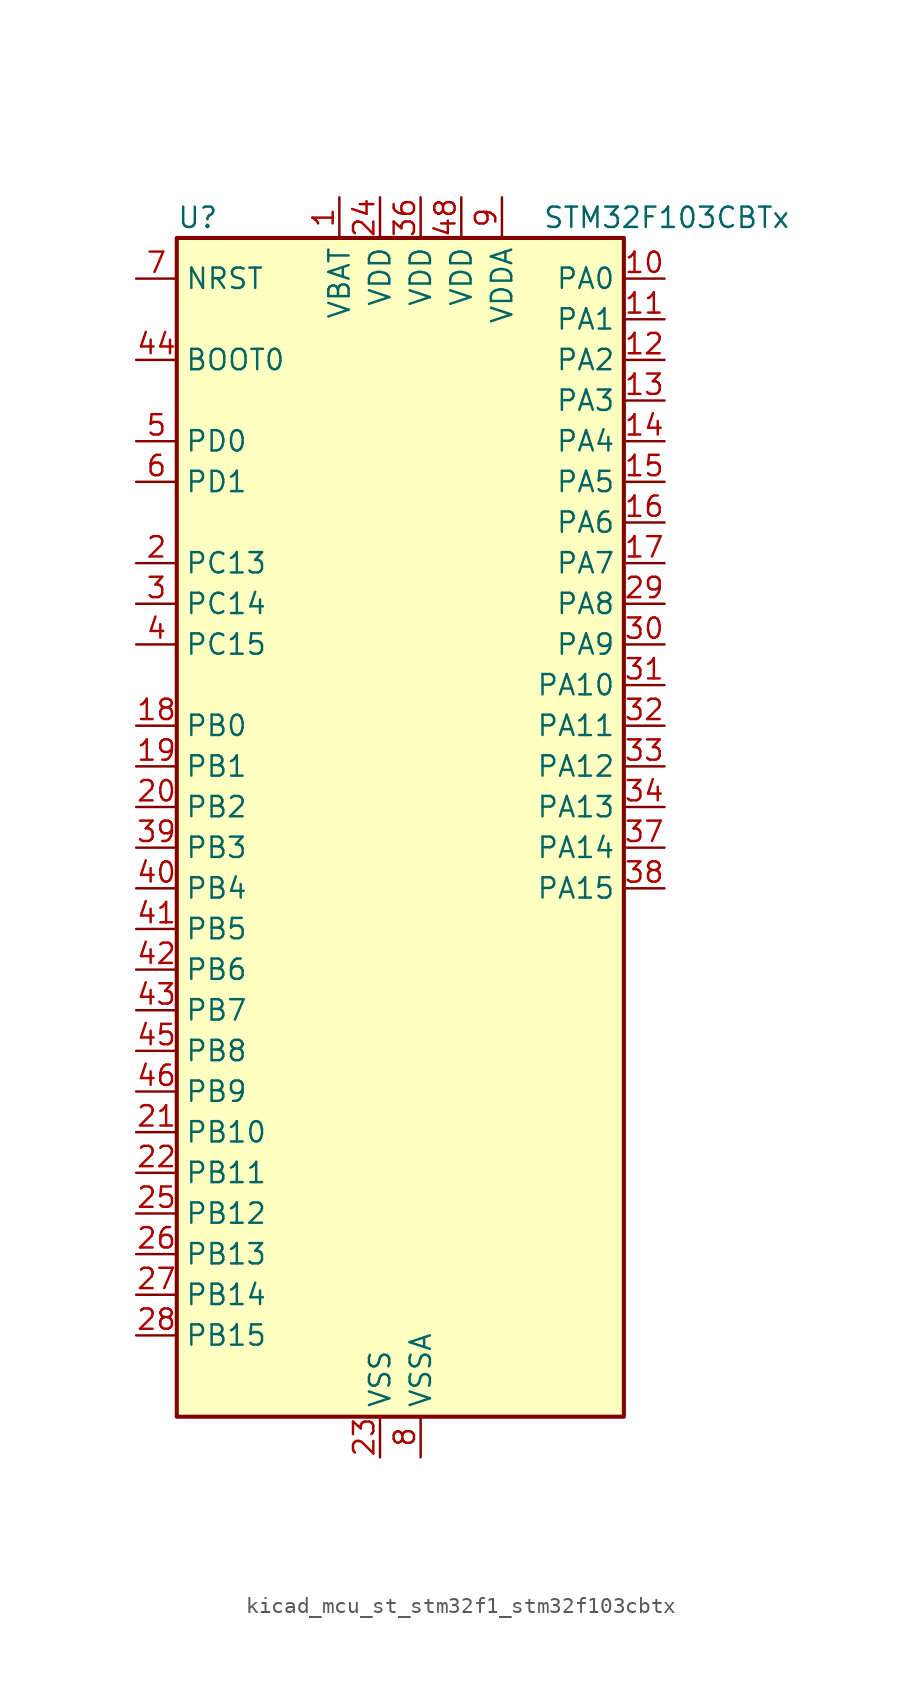
<source format=kicad_sym>
(kicad_symbol_lib
  (version 20220914)
  (generator kicad_symbol_editor)
  (symbol "kicad_mcu_st_stm32f1_stm32f103cbtx"
    (property "Reference" "U"
      (at -12.7 39.37 0)
      (effects (font (size 1.27 1.27)) (justify left)))
    (property "Value" "STM32F103CBTx"
      (at 10.16 39.37 0)
      (effects (font (size 1.27 1.27)) (justify left)))
    (property "ki_locked" ""
      (at 0 0 0)
      (effects (font (size 1.27 1.27))))
    (symbol "kicad_mcu_st_stm32f1_stm32f103cbtx_0_1"
      (rectangle (start -12.7 -35.56) (end 15.24 38.1) (stroke (width 0.254) (type default)) (fill (type background))))
    (symbol "kicad_mcu_st_stm32f1_stm32f103cbtx_1_1"
      (pin power_in line (at -2.54 40.64 270) (length 2.54) (name "VBAT" (effects (font (size 1.27 1.27)))) (number "1" (effects (font (size 1.27 1.27)))))
      (pin bidirectional line (at 17.78 35.56 180) (length 2.54) (name "PA0" (effects (font (size 1.27 1.27)))) (number "10" (effects (font (size 1.27 1.27)))) (alternate "ADC1_IN0" bidirectional line) (alternate "ADC2_IN0" bidirectional line) (alternate "SYS_WKUP" bidirectional line) (alternate "TIM2_CH1" bidirectional line) (alternate "TIM2_ETR" bidirectional line) (alternate "USART2_CTS" bidirectional line))
      (pin bidirectional line (at 17.78 33.02 180) (length 2.54) (name "PA1" (effects (font (size 1.27 1.27)))) (number "11" (effects (font (size 1.27 1.27)))) (alternate "ADC1_IN1" bidirectional line) (alternate "ADC2_IN1" bidirectional line) (alternate "TIM2_CH2" bidirectional line) (alternate "USART2_RTS" bidirectional line))
      (pin bidirectional line (at 17.78 30.48 180) (length 2.54) (name "PA2" (effects (font (size 1.27 1.27)))) (number "12" (effects (font (size 1.27 1.27)))) (alternate "ADC1_IN2" bidirectional line) (alternate "ADC2_IN2" bidirectional line) (alternate "TIM2_CH3" bidirectional line) (alternate "USART2_TX" bidirectional line))
      (pin bidirectional line (at 17.78 27.94 180) (length 2.54) (name "PA3" (effects (font (size 1.27 1.27)))) (number "13" (effects (font (size 1.27 1.27)))) (alternate "ADC1_IN3" bidirectional line) (alternate "ADC2_IN3" bidirectional line) (alternate "TIM2_CH4" bidirectional line) (alternate "USART2_RX" bidirectional line))
      (pin bidirectional line (at 17.78 25.4 180) (length 2.54) (name "PA4" (effects (font (size 1.27 1.27)))) (number "14" (effects (font (size 1.27 1.27)))) (alternate "ADC1_IN4" bidirectional line) (alternate "ADC2_IN4" bidirectional line) (alternate "SPI1_NSS" bidirectional line) (alternate "USART2_CK" bidirectional line))
      (pin bidirectional line (at 17.78 22.86 180) (length 2.54) (name "PA5" (effects (font (size 1.27 1.27)))) (number "15" (effects (font (size 1.27 1.27)))) (alternate "ADC1_IN5" bidirectional line) (alternate "ADC2_IN5" bidirectional line) (alternate "SPI1_SCK" bidirectional line))
      (pin bidirectional line (at 17.78 20.32 180) (length 2.54) (name "PA6" (effects (font (size 1.27 1.27)))) (number "16" (effects (font (size 1.27 1.27)))) (alternate "ADC1_IN6" bidirectional line) (alternate "ADC2_IN6" bidirectional line) (alternate "SPI1_MISO" bidirectional line) (alternate "TIM1_BKIN" bidirectional line) (alternate "TIM3_CH1" bidirectional line))
      (pin bidirectional line (at 17.78 17.78 180) (length 2.54) (name "PA7" (effects (font (size 1.27 1.27)))) (number "17" (effects (font (size 1.27 1.27)))) (alternate "ADC1_IN7" bidirectional line) (alternate "ADC2_IN7" bidirectional line) (alternate "SPI1_MOSI" bidirectional line) (alternate "TIM1_CH1N" bidirectional line) (alternate "TIM3_CH2" bidirectional line))
      (pin bidirectional line (at -15.24 7.62 0) (length 2.54) (name "PB0" (effects (font (size 1.27 1.27)))) (number "18" (effects (font (size 1.27 1.27)))) (alternate "ADC1_IN8" bidirectional line) (alternate "ADC2_IN8" bidirectional line) (alternate "TIM1_CH2N" bidirectional line) (alternate "TIM3_CH3" bidirectional line))
      (pin bidirectional line (at -15.24 5.08 0) (length 2.54) (name "PB1" (effects (font (size 1.27 1.27)))) (number "19" (effects (font (size 1.27 1.27)))) (alternate "ADC1_IN9" bidirectional line) (alternate "ADC2_IN9" bidirectional line) (alternate "TIM1_CH3N" bidirectional line) (alternate "TIM3_CH4" bidirectional line))
      (pin bidirectional line (at -15.24 17.78 0) (length 2.54) (name "PC13" (effects (font (size 1.27 1.27)))) (number "2" (effects (font (size 1.27 1.27)))) (alternate "RTC_OUT" bidirectional line) (alternate "RTC_TAMPER" bidirectional line))
      (pin bidirectional line (at -15.24 2.54 0) (length 2.54) (name "PB2" (effects (font (size 1.27 1.27)))) (number "20" (effects (font (size 1.27 1.27)))))
      (pin bidirectional line (at -15.24 -17.78 0) (length 2.54) (name "PB10" (effects (font (size 1.27 1.27)))) (number "21" (effects (font (size 1.27 1.27)))) (alternate "I2C2_SCL" bidirectional line) (alternate "TIM2_CH3" bidirectional line) (alternate "USART3_TX" bidirectional line))
      (pin bidirectional line (at -15.24 -20.32 0) (length 2.54) (name "PB11" (effects (font (size 1.27 1.27)))) (number "22" (effects (font (size 1.27 1.27)))) (alternate "ADC1_EXTI11" bidirectional line) (alternate "ADC2_EXTI11" bidirectional line) (alternate "I2C2_SDA" bidirectional line) (alternate "TIM2_CH4" bidirectional line) (alternate "USART3_RX" bidirectional line))
      (pin power_in line (at 0 -38.1 90) (length 2.54) (name "VSS" (effects (font (size 1.27 1.27)))) (number "23" (effects (font (size 1.27 1.27)))))
      (pin power_in line (at 0 40.64 270) (length 2.54) (name "VDD" (effects (font (size 1.27 1.27)))) (number "24" (effects (font (size 1.27 1.27)))))
      (pin bidirectional line (at -15.24 -22.86 0) (length 2.54) (name "PB12" (effects (font (size 1.27 1.27)))) (number "25" (effects (font (size 1.27 1.27)))) (alternate "I2C2_SMBA" bidirectional line) (alternate "SPI2_NSS" bidirectional line) (alternate "TIM1_BKIN" bidirectional line) (alternate "USART3_CK" bidirectional line))
      (pin bidirectional line (at -15.24 -25.4 0) (length 2.54) (name "PB13" (effects (font (size 1.27 1.27)))) (number "26" (effects (font (size 1.27 1.27)))) (alternate "SPI2_SCK" bidirectional line) (alternate "TIM1_CH1N" bidirectional line) (alternate "USART3_CTS" bidirectional line))
      (pin bidirectional line (at -15.24 -27.94 0) (length 2.54) (name "PB14" (effects (font (size 1.27 1.27)))) (number "27" (effects (font (size 1.27 1.27)))) (alternate "SPI2_MISO" bidirectional line) (alternate "TIM1_CH2N" bidirectional line) (alternate "USART3_RTS" bidirectional line))
      (pin bidirectional line (at -15.24 -30.48 0) (length 2.54) (name "PB15" (effects (font (size 1.27 1.27)))) (number "28" (effects (font (size 1.27 1.27)))) (alternate "ADC1_EXTI15" bidirectional line) (alternate "ADC2_EXTI15" bidirectional line) (alternate "SPI2_MOSI" bidirectional line) (alternate "TIM1_CH3N" bidirectional line))
      (pin bidirectional line (at 17.78 15.24 180) (length 2.54) (name "PA8" (effects (font (size 1.27 1.27)))) (number "29" (effects (font (size 1.27 1.27)))) (alternate "RCC_MCO" bidirectional line) (alternate "TIM1_CH1" bidirectional line) (alternate "USART1_CK" bidirectional line))
      (pin bidirectional line (at -15.24 15.24 0) (length 2.54) (name "PC14" (effects (font (size 1.27 1.27)))) (number "3" (effects (font (size 1.27 1.27)))) (alternate "RCC_OSC32_IN" bidirectional line))
      (pin bidirectional line (at 17.78 12.7 180) (length 2.54) (name "PA9" (effects (font (size 1.27 1.27)))) (number "30" (effects (font (size 1.27 1.27)))) (alternate "TIM1_CH2" bidirectional line) (alternate "USART1_TX" bidirectional line))
      (pin bidirectional line (at 17.78 10.16 180) (length 2.54) (name "PA10" (effects (font (size 1.27 1.27)))) (number "31" (effects (font (size 1.27 1.27)))) (alternate "TIM1_CH3" bidirectional line) (alternate "USART1_RX" bidirectional line))
      (pin bidirectional line (at 17.78 7.62 180) (length 2.54) (name "PA11" (effects (font (size 1.27 1.27)))) (number "32" (effects (font (size 1.27 1.27)))) (alternate "ADC1_EXTI11" bidirectional line) (alternate "ADC2_EXTI11" bidirectional line) (alternate "CAN_RX" bidirectional line) (alternate "TIM1_CH4" bidirectional line) (alternate "USART1_CTS" bidirectional line) (alternate "USB_DM" bidirectional line))
      (pin bidirectional line (at 17.78 5.08 180) (length 2.54) (name "PA12" (effects (font (size 1.27 1.27)))) (number "33" (effects (font (size 1.27 1.27)))) (alternate "CAN_TX" bidirectional line) (alternate "TIM1_ETR" bidirectional line) (alternate "USART1_RTS" bidirectional line) (alternate "USB_DP" bidirectional line))
      (pin bidirectional line (at 17.78 2.54 180) (length 2.54) (name "PA13" (effects (font (size 1.27 1.27)))) (number "34" (effects (font (size 1.27 1.27)))) (alternate "SYS_JTMS-SWDIO" bidirectional line))
      (pin passive line (at 0 -38.1 90) (length 2.54) hide (name "VSS" (effects (font (size 1.27 1.27)))) (number "35" (effects (font (size 1.27 1.27)))))
      (pin power_in line (at 2.54 40.64 270) (length 2.54) (name "VDD" (effects (font (size 1.27 1.27)))) (number "36" (effects (font (size 1.27 1.27)))))
      (pin bidirectional line (at 17.78 0 180) (length 2.54) (name "PA14" (effects (font (size 1.27 1.27)))) (number "37" (effects (font (size 1.27 1.27)))) (alternate "SYS_JTCK-SWCLK" bidirectional line))
      (pin bidirectional line (at 17.78 -2.54 180) (length 2.54) (name "PA15" (effects (font (size 1.27 1.27)))) (number "38" (effects (font (size 1.27 1.27)))) (alternate "ADC1_EXTI15" bidirectional line) (alternate "ADC2_EXTI15" bidirectional line) (alternate "SPI1_NSS" bidirectional line) (alternate "SYS_JTDI" bidirectional line) (alternate "TIM2_CH1" bidirectional line) (alternate "TIM2_ETR" bidirectional line))
      (pin bidirectional line (at -15.24 0 0) (length 2.54) (name "PB3" (effects (font (size 1.27 1.27)))) (number "39" (effects (font (size 1.27 1.27)))) (alternate "SPI1_SCK" bidirectional line) (alternate "SYS_JTDO-TRACESWO" bidirectional line) (alternate "TIM2_CH2" bidirectional line))
      (pin bidirectional line (at -15.24 12.7 0) (length 2.54) (name "PC15" (effects (font (size 1.27 1.27)))) (number "4" (effects (font (size 1.27 1.27)))) (alternate "ADC1_EXTI15" bidirectional line) (alternate "ADC2_EXTI15" bidirectional line) (alternate "RCC_OSC32_OUT" bidirectional line))
      (pin bidirectional line (at -15.24 -2.54 0) (length 2.54) (name "PB4" (effects (font (size 1.27 1.27)))) (number "40" (effects (font (size 1.27 1.27)))) (alternate "SPI1_MISO" bidirectional line) (alternate "SYS_NJTRST" bidirectional line) (alternate "TIM3_CH1" bidirectional line))
      (pin bidirectional line (at -15.24 -5.08 0) (length 2.54) (name "PB5" (effects (font (size 1.27 1.27)))) (number "41" (effects (font (size 1.27 1.27)))) (alternate "I2C1_SMBA" bidirectional line) (alternate "SPI1_MOSI" bidirectional line) (alternate "TIM3_CH2" bidirectional line))
      (pin bidirectional line (at -15.24 -7.62 0) (length 2.54) (name "PB6" (effects (font (size 1.27 1.27)))) (number "42" (effects (font (size 1.27 1.27)))) (alternate "I2C1_SCL" bidirectional line) (alternate "TIM4_CH1" bidirectional line) (alternate "USART1_TX" bidirectional line))
      (pin bidirectional line (at -15.24 -10.16 0) (length 2.54) (name "PB7" (effects (font (size 1.27 1.27)))) (number "43" (effects (font (size 1.27 1.27)))) (alternate "I2C1_SDA" bidirectional line) (alternate "TIM4_CH2" bidirectional line) (alternate "USART1_RX" bidirectional line))
      (pin input line (at -15.24 30.48 0) (length 2.54) (name "BOOT0" (effects (font (size 1.27 1.27)))) (number "44" (effects (font (size 1.27 1.27)))))
      (pin bidirectional line (at -15.24 -12.7 0) (length 2.54) (name "PB8" (effects (font (size 1.27 1.27)))) (number "45" (effects (font (size 1.27 1.27)))) (alternate "CAN_RX" bidirectional line) (alternate "I2C1_SCL" bidirectional line) (alternate "TIM4_CH3" bidirectional line))
      (pin bidirectional line (at -15.24 -15.24 0) (length 2.54) (name "PB9" (effects (font (size 1.27 1.27)))) (number "46" (effects (font (size 1.27 1.27)))) (alternate "CAN_TX" bidirectional line) (alternate "I2C1_SDA" bidirectional line) (alternate "TIM4_CH4" bidirectional line))
      (pin passive line (at 0 -38.1 90) (length 2.54) hide (name "VSS" (effects (font (size 1.27 1.27)))) (number "47" (effects (font (size 1.27 1.27)))))
      (pin power_in line (at 5.08 40.64 270) (length 2.54) (name "VDD" (effects (font (size 1.27 1.27)))) (number "48" (effects (font (size 1.27 1.27)))))
      (pin bidirectional line (at -15.24 25.4 0) (length 2.54) (name "PD0" (effects (font (size 1.27 1.27)))) (number "5" (effects (font (size 1.27 1.27)))) (alternate "RCC_OSC_IN" bidirectional line))
      (pin bidirectional line (at -15.24 22.86 0) (length 2.54) (name "PD1" (effects (font (size 1.27 1.27)))) (number "6" (effects (font (size 1.27 1.27)))) (alternate "RCC_OSC_OUT" bidirectional line))
      (pin input line (at -15.24 35.56 0) (length 2.54) (name "NRST" (effects (font (size 1.27 1.27)))) (number "7" (effects (font (size 1.27 1.27)))))
      (pin power_in line (at 2.54 -38.1 90) (length 2.54) (name "VSSA" (effects (font (size 1.27 1.27)))) (number "8" (effects (font (size 1.27 1.27)))))
      (pin power_in line (at 7.62 40.64 270) (length 2.54) (name "VDDA" (effects (font (size 1.27 1.27)))) (number "9" (effects (font (size 1.27 1.27))))))))
</source>
